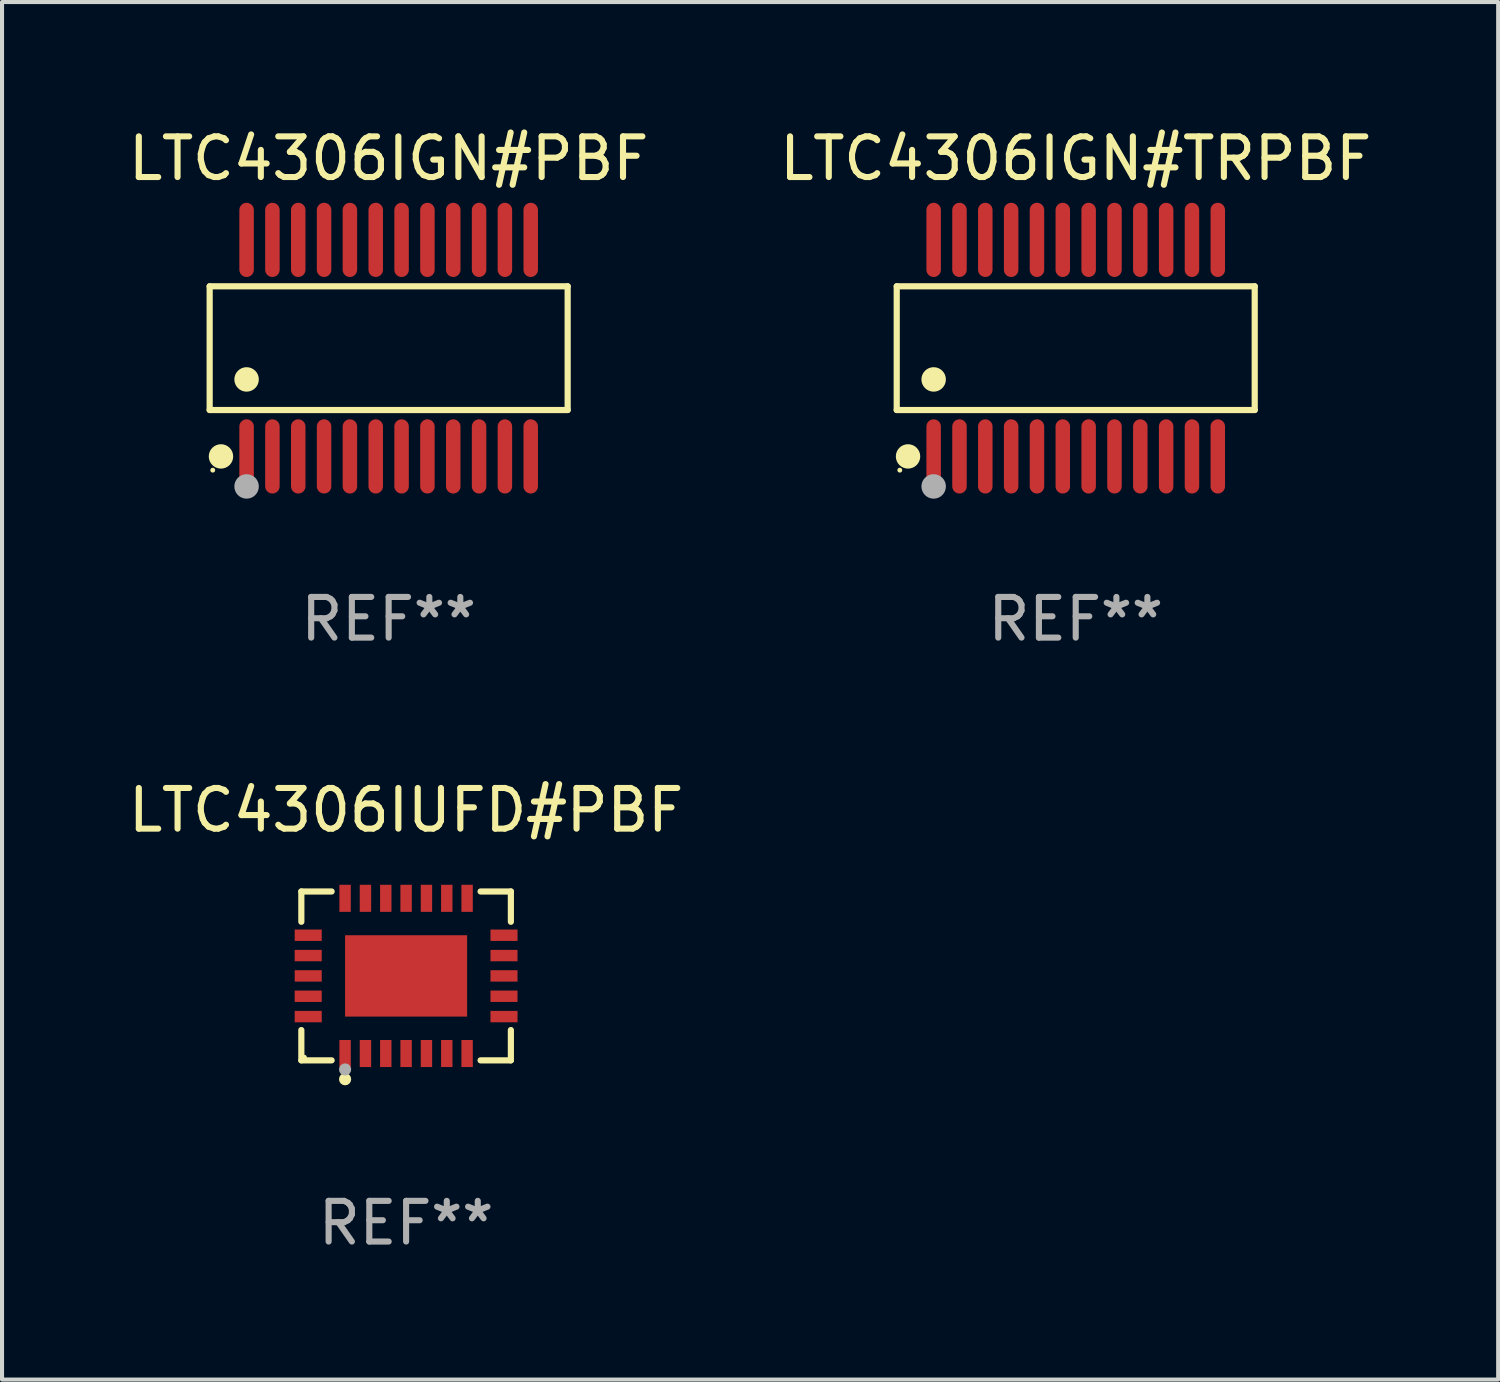
<source format=kicad_pcb>
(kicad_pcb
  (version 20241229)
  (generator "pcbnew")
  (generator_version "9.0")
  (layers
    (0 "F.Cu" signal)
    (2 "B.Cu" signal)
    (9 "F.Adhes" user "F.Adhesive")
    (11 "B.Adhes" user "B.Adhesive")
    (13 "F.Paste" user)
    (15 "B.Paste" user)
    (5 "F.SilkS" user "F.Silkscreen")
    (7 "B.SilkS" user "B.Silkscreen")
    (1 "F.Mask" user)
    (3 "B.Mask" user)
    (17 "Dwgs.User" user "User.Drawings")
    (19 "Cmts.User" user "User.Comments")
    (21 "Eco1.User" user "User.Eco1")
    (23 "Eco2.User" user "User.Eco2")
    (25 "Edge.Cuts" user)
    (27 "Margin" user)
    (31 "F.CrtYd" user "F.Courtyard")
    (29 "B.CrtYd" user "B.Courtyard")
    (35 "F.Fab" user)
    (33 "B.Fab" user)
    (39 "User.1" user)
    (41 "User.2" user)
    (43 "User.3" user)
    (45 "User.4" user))
  (footprint "LTC4306IGN#PBF"
    (layer "F.Cu")
    (at 6.506 5.51)
    (property "Reference" "LTC4306IGN#PBF" (at 0 -4.662 0) (layer "F.SilkS") (effects (font (size 1 1) (thickness 0.15))))
    (attr through_hole)
    (fp_line (start -4.401 -1.521) (end 4.401 -1.521) (stroke (width 0.152) (type solid)) (layer "F.SilkS"))
    (fp_line (start -4.401 1.521) (end -4.401 -1.521) (stroke (width 0.152) (type solid)) (layer "F.SilkS"))
    (fp_line (start 4.401 -1.521) (end 4.401 1.521) (stroke (width 0.152) (type solid)) (layer "F.SilkS"))
    (fp_line (start 4.401 1.521) (end -4.401 1.521) (stroke (width 0.152) (type solid)) (layer "F.SilkS"))
    (fp_circle (center -4.325 3) (end -4.295 3) (stroke (width 0.06) (type solid)) (fill no) (layer "F.SilkS"))
    (fp_circle (center -4.123 2.662) (end -3.973 2.662) (stroke (width 0.3) (type solid)) (fill no) (layer "F.SilkS"))
    (fp_circle (center -3.493 0.769) (end -3.342 0.769) (stroke (width 0.3) (type solid)) (fill no) (layer "F.SilkS"))
    (fp_circle (center -3.493 3.4) (end -3.342 3.4) (stroke (width 0.3) (type solid)) (fill no) (layer "F.Fab"))
    (fp_text user "REF**" (at 0 6.662 0) (layer "F.Fab") (effects (font (size 1 1) (thickness 0.15))))
    (pad "1" smd oval (at -3.493 2.662) (size 0.356 1.824) (layers "F.Cu" "F.Mask" "F.Paste"))
    (pad "2" smd oval (at -2.858 2.662) (size 0.356 1.824) (layers "F.Cu" "F.Mask" "F.Paste"))
    (pad "3" smd oval (at -2.223 2.662) (size 0.356 1.824) (layers "F.Cu" "F.Mask" "F.Paste"))
    (pad "4" smd oval (at -1.588 2.662) (size 0.356 1.824) (layers "F.Cu" "F.Mask" "F.Paste"))
    (pad "5" smd oval (at -0.953 2.662) (size 0.356 1.824) (layers "F.Cu" "F.Mask" "F.Paste"))
    (pad "6" smd oval (at -0.318 2.662) (size 0.356 1.824) (layers "F.Cu" "F.Mask" "F.Paste"))
    (pad "7" smd oval (at 0.318 2.662) (size 0.356 1.824) (layers "F.Cu" "F.Mask" "F.Paste"))
    (pad "8" smd oval (at 0.953 2.662) (size 0.356 1.824) (layers "F.Cu" "F.Mask" "F.Paste"))
    (pad "9" smd oval (at 1.588 2.662) (size 0.356 1.824) (layers "F.Cu" "F.Mask" "F.Paste"))
    (pad "10" smd oval (at 2.223 2.662) (size 0.356 1.824) (layers "F.Cu" "F.Mask" "F.Paste"))
    (pad "11" smd oval (at 2.858 2.662) (size 0.356 1.824) (layers "F.Cu" "F.Mask" "F.Paste"))
    (pad "12" smd oval (at 3.493 2.662) (size 0.356 1.824) (layers "F.Cu" "F.Mask" "F.Paste"))
    (pad "13" smd oval (at 3.493 -2.662) (size 0.356 1.824) (layers "F.Cu" "F.Mask" "F.Paste"))
    (pad "14" smd oval (at 2.858 -2.662) (size 0.356 1.824) (layers "F.Cu" "F.Mask" "F.Paste"))
    (pad "15" smd oval (at 2.223 -2.662) (size 0.356 1.824) (layers "F.Cu" "F.Mask" "F.Paste"))
    (pad "16" smd oval (at 1.588 -2.662) (size 0.356 1.824) (layers "F.Cu" "F.Mask" "F.Paste"))
    (pad "17" smd oval (at 0.953 -2.662) (size 0.356 1.824) (layers "F.Cu" "F.Mask" "F.Paste"))
    (pad "18" smd oval (at 0.318 -2.662) (size 0.356 1.824) (layers "F.Cu" "F.Mask" "F.Paste"))
    (pad "19" smd oval (at -0.318 -2.662) (size 0.356 1.824) (layers "F.Cu" "F.Mask" "F.Paste"))
    (pad "20" smd oval (at -0.953 -2.662) (size 0.356 1.824) (layers "F.Cu" "F.Mask" "F.Paste"))
    (pad "21" smd oval (at -1.588 -2.662) (size 0.356 1.824) (layers "F.Cu" "F.Mask" "F.Paste"))
    (pad "22" smd oval (at -2.223 -2.662) (size 0.356 1.824) (layers "F.Cu" "F.Mask" "F.Paste"))
    (pad "23" smd oval (at -2.858 -2.662) (size 0.356 1.824) (layers "F.Cu" "F.Mask" "F.Paste"))
    (pad "24" smd oval (at -3.493 -2.662) (size 0.356 1.824) (layers "F.Cu" "F.Mask" "F.Paste")))
  (footprint "LTC4306IGN#TRPBF"
    (layer "F.Cu")
    (at 23.399 5.51)
    (property "Reference" "LTC4306IGN#TRPBF" (at 0 -4.662 0) (layer "F.SilkS") (effects (font (size 1 1) (thickness 0.15))))
    (attr through_hole)
    (fp_line (start -4.401 -1.521) (end 4.401 -1.521) (stroke (width 0.152) (type solid)) (layer "F.SilkS"))
    (fp_line (start -4.401 1.521) (end -4.401 -1.521) (stroke (width 0.152) (type solid)) (layer "F.SilkS"))
    (fp_line (start 4.401 -1.521) (end 4.401 1.521) (stroke (width 0.152) (type solid)) (layer "F.SilkS"))
    (fp_line (start 4.401 1.521) (end -4.401 1.521) (stroke (width 0.152) (type solid)) (layer "F.SilkS"))
    (fp_circle (center -4.325 3) (end -4.295 3) (stroke (width 0.06) (type solid)) (fill no) (layer "F.SilkS"))
    (fp_circle (center -4.123 2.662) (end -3.973 2.662) (stroke (width 0.3) (type solid)) (fill no) (layer "F.SilkS"))
    (fp_circle (center -3.493 0.769) (end -3.342 0.769) (stroke (width 0.3) (type solid)) (fill no) (layer "F.SilkS"))
    (fp_circle (center -3.493 3.4) (end -3.342 3.4) (stroke (width 0.3) (type solid)) (fill no) (layer "F.Fab"))
    (fp_text user "REF**" (at 0 6.662 0) (layer "F.Fab") (effects (font (size 1 1) (thickness 0.15))))
    (pad "1" smd oval (at -3.493 2.662) (size 0.356 1.824) (layers "F.Cu" "F.Mask" "F.Paste"))
    (pad "2" smd oval (at -2.858 2.662) (size 0.356 1.824) (layers "F.Cu" "F.Mask" "F.Paste"))
    (pad "3" smd oval (at -2.223 2.662) (size 0.356 1.824) (layers "F.Cu" "F.Mask" "F.Paste"))
    (pad "4" smd oval (at -1.588 2.662) (size 0.356 1.824) (layers "F.Cu" "F.Mask" "F.Paste"))
    (pad "5" smd oval (at -0.953 2.662) (size 0.356 1.824) (layers "F.Cu" "F.Mask" "F.Paste"))
    (pad "6" smd oval (at -0.318 2.662) (size 0.356 1.824) (layers "F.Cu" "F.Mask" "F.Paste"))
    (pad "7" smd oval (at 0.318 2.662) (size 0.356 1.824) (layers "F.Cu" "F.Mask" "F.Paste"))
    (pad "8" smd oval (at 0.953 2.662) (size 0.356 1.824) (layers "F.Cu" "F.Mask" "F.Paste"))
    (pad "9" smd oval (at 1.588 2.662) (size 0.356 1.824) (layers "F.Cu" "F.Mask" "F.Paste"))
    (pad "10" smd oval (at 2.223 2.662) (size 0.356 1.824) (layers "F.Cu" "F.Mask" "F.Paste"))
    (pad "11" smd oval (at 2.858 2.662) (size 0.356 1.824) (layers "F.Cu" "F.Mask" "F.Paste"))
    (pad "12" smd oval (at 3.493 2.662) (size 0.356 1.824) (layers "F.Cu" "F.Mask" "F.Paste"))
    (pad "13" smd oval (at 3.493 -2.662) (size 0.356 1.824) (layers "F.Cu" "F.Mask" "F.Paste"))
    (pad "14" smd oval (at 2.858 -2.662) (size 0.356 1.824) (layers "F.Cu" "F.Mask" "F.Paste"))
    (pad "15" smd oval (at 2.223 -2.662) (size 0.356 1.824) (layers "F.Cu" "F.Mask" "F.Paste"))
    (pad "16" smd oval (at 1.588 -2.662) (size 0.356 1.824) (layers "F.Cu" "F.Mask" "F.Paste"))
    (pad "17" smd oval (at 0.953 -2.662) (size 0.356 1.824) (layers "F.Cu" "F.Mask" "F.Paste"))
    (pad "18" smd oval (at 0.318 -2.662) (size 0.356 1.824) (layers "F.Cu" "F.Mask" "F.Paste"))
    (pad "19" smd oval (at -0.318 -2.662) (size 0.356 1.824) (layers "F.Cu" "F.Mask" "F.Paste"))
    (pad "20" smd oval (at -0.953 -2.662) (size 0.356 1.824) (layers "F.Cu" "F.Mask" "F.Paste"))
    (pad "21" smd oval (at -1.588 -2.662) (size 0.356 1.824) (layers "F.Cu" "F.Mask" "F.Paste"))
    (pad "22" smd oval (at -2.223 -2.662) (size 0.356 1.824) (layers "F.Cu" "F.Mask" "F.Paste"))
    (pad "23" smd oval (at -2.858 -2.662) (size 0.356 1.824) (layers "F.Cu" "F.Mask" "F.Paste"))
    (pad "24" smd oval (at -3.493 -2.662) (size 0.356 1.824) (layers "F.Cu" "F.Mask" "F.Paste")))
  (footprint "LTC4306IUFD#PBF"
    (layer "F.Cu")
    (at 6.935 20.945)
    (property "Reference" "LTC4306IUFD#PBF" (at 0 -4.076 0) (layer "F.SilkS") (effects (font (size 1 1) (thickness 0.15))))
    (attr through_hole)
    (fp_line (start -2.576 -2.076) (end -1.831 -2.076) (stroke (width 0.152) (type solid)) (layer "F.SilkS"))
    (fp_line (start -2.576 -1.331) (end -2.576 -2.076) (stroke (width 0.152) (type solid)) (layer "F.SilkS"))
    (fp_line (start -2.576 1.331) (end -2.576 2.076) (stroke (width 0.152) (type solid)) (layer "F.SilkS"))
    (fp_line (start -2.576 2.076) (end -1.831 2.076) (stroke (width 0.152) (type solid)) (layer "F.SilkS"))
    (fp_line (start 2.576 -2.076) (end 1.831 -2.076) (stroke (width 0.152) (type solid)) (layer "F.SilkS"))
    (fp_line (start 2.576 -1.331) (end 2.576 -2.076) (stroke (width 0.152) (type solid)) (layer "F.SilkS"))
    (fp_line (start 2.576 1.331) (end 2.576 2.076) (stroke (width 0.152) (type solid)) (layer "F.SilkS"))
    (fp_line (start 2.576 2.076) (end 1.831 2.076) (stroke (width 0.152) (type solid)) (layer "F.SilkS"))
    (fp_circle (center -2.5 2) (end -2.47 2) (stroke (width 0.06) (type solid)) (fill no) (layer "F.SilkS"))
    (fp_circle (center -1.5 2.54) (end -1.425 2.54) (stroke (width 0.15) (type solid)) (fill no) (layer "F.SilkS"))
    (fp_circle (center -1.5 2.3) (end -1.425 2.3) (stroke (width 0.15) (type solid)) (fill no) (layer "F.Fab"))
    (fp_text user "REF**" (at 0 6.076 0) (layer "F.Fab") (effects (font (size 1 1) (thickness 0.15))))
    (pad "1" smd rect (at -1.5 1.908) (size 0.28 0.665) (layers "F.Cu" "F.Mask" "F.Paste"))
    (pad "2" smd rect (at -1 1.908) (size 0.28 0.665) (layers "F.Cu" "F.Mask" "F.Paste"))
    (pad "3" smd rect (at -0.5 1.908) (size 0.28 0.665) (layers "F.Cu" "F.Mask" "F.Paste"))
    (pad "4" smd rect (at 0 1.908) (size 0.28 0.665) (layers "F.Cu" "F.Mask" "F.Paste"))
    (pad "5" smd rect (at 0.5 1.908) (size 0.28 0.665) (layers "F.Cu" "F.Mask" "F.Paste"))
    (pad "6" smd rect (at 1 1.908) (size 0.28 0.665) (layers "F.Cu" "F.Mask" "F.Paste"))
    (pad "7" smd rect (at 1.5 1.908) (size 0.28 0.665) (layers "F.Cu" "F.Mask" "F.Paste"))
    (pad "8" smd rect (at 2.407 1) (size 0.665 0.28) (layers "F.Cu" "F.Mask" "F.Paste"))
    (pad "9" smd rect (at 2.407 0.5) (size 0.665 0.28) (layers "F.Cu" "F.Mask" "F.Paste"))
    (pad "10" smd rect (at 2.407 0) (size 0.665 0.28) (layers "F.Cu" "F.Mask" "F.Paste"))
    (pad "11" smd rect (at 2.407 -0.5) (size 0.665 0.28) (layers "F.Cu" "F.Mask" "F.Paste"))
    (pad "12" smd rect (at 2.407 -1) (size 0.665 0.28) (layers "F.Cu" "F.Mask" "F.Paste"))
    (pad "13" smd rect (at 1.5 -1.908) (size 0.28 0.665) (layers "F.Cu" "F.Mask" "F.Paste"))
    (pad "14" smd rect (at 1 -1.908) (size 0.28 0.665) (layers "F.Cu" "F.Mask" "F.Paste"))
    (pad "15" smd rect (at 0.5 -1.908) (size 0.28 0.665) (layers "F.Cu" "F.Mask" "F.Paste"))
    (pad "16" smd rect (at 0 -1.908) (size 0.28 0.665) (layers "F.Cu" "F.Mask" "F.Paste"))
    (pad "17" smd rect (at -0.5 -1.908) (size 0.28 0.665) (layers "F.Cu" "F.Mask" "F.Paste"))
    (pad "18" smd rect (at -1 -1.908) (size 0.28 0.665) (layers "F.Cu" "F.Mask" "F.Paste"))
    (pad "19" smd rect (at -1.5 -1.908) (size 0.28 0.665) (layers "F.Cu" "F.Mask" "F.Paste"))
    (pad "20" smd rect (at -2.407 -1) (size 0.665 0.28) (layers "F.Cu" "F.Mask" "F.Paste"))
    (pad "21" smd rect (at -2.407 -0.5) (size 0.665 0.28) (layers "F.Cu" "F.Mask" "F.Paste"))
    (pad "22" smd rect (at -2.407 0) (size 0.665 0.28) (layers "F.Cu" "F.Mask" "F.Paste"))
    (pad "23" smd rect (at -2.407 0.5) (size 0.665 0.28) (layers "F.Cu" "F.Mask" "F.Paste"))
    (pad "24" smd rect (at -2.407 1) (size 0.665 0.28) (layers "F.Cu" "F.Mask" "F.Paste"))
    (pad "25" smd rect (at 0 0) (size 3 2) (layers "F.Cu" "F.Mask" "F.Paste")))
  (gr_rect
    (start -3 -3)
    (end 33.786 30.869)
    (stroke (width 0.1) (type default))
    (fill no)
    (layer "Edge.Cuts")))
</source>
